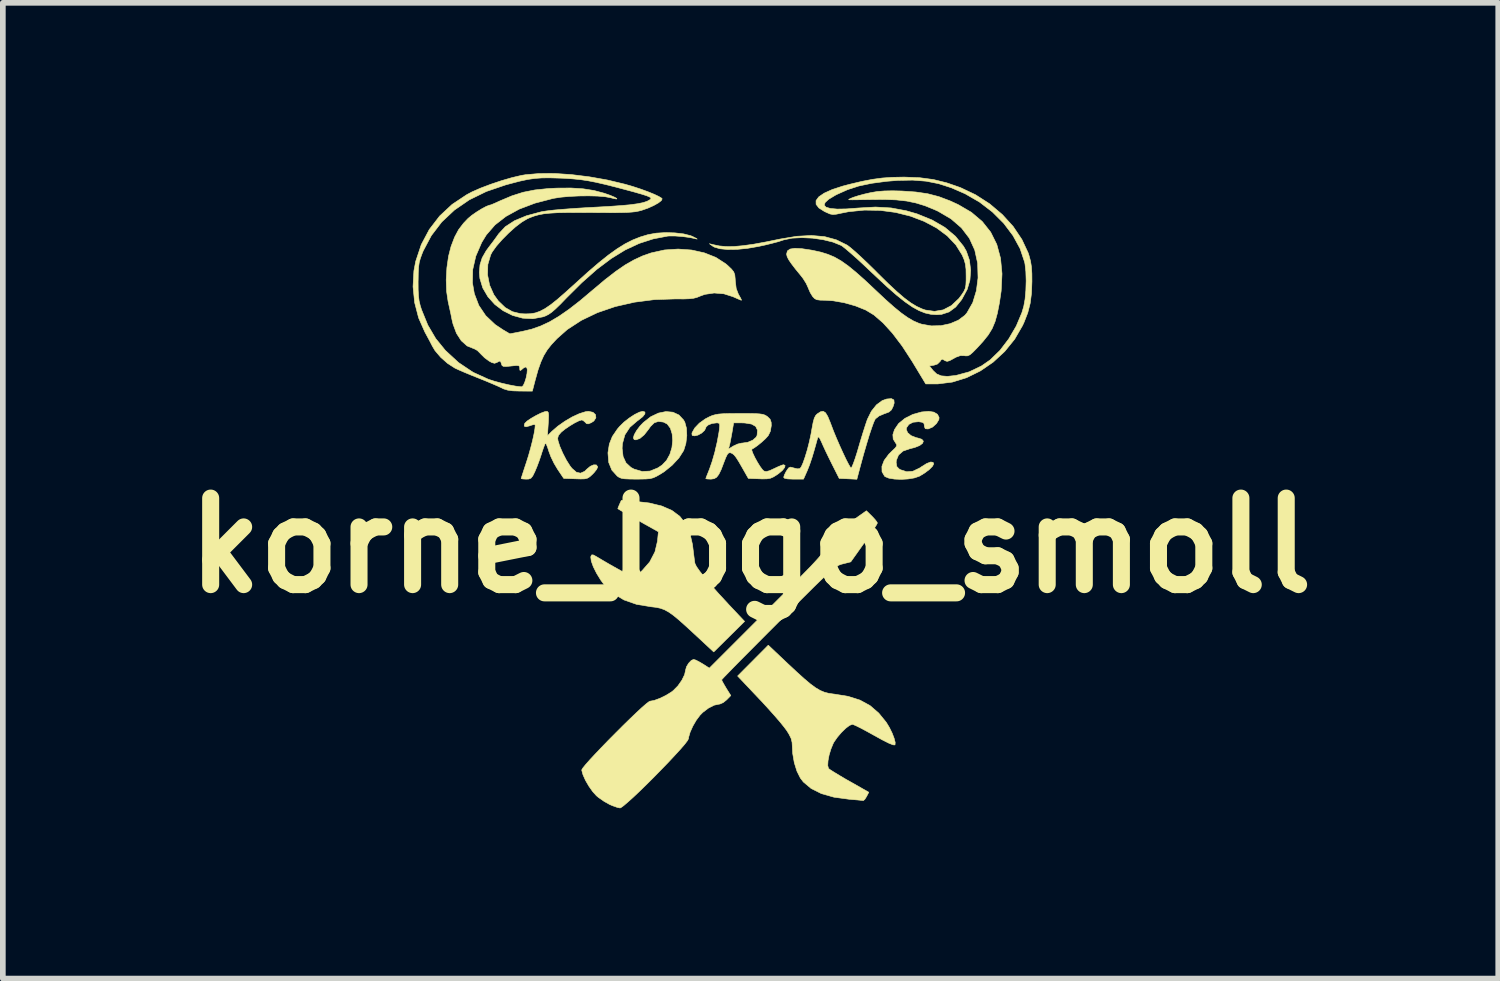
<source format=kicad_pcb>
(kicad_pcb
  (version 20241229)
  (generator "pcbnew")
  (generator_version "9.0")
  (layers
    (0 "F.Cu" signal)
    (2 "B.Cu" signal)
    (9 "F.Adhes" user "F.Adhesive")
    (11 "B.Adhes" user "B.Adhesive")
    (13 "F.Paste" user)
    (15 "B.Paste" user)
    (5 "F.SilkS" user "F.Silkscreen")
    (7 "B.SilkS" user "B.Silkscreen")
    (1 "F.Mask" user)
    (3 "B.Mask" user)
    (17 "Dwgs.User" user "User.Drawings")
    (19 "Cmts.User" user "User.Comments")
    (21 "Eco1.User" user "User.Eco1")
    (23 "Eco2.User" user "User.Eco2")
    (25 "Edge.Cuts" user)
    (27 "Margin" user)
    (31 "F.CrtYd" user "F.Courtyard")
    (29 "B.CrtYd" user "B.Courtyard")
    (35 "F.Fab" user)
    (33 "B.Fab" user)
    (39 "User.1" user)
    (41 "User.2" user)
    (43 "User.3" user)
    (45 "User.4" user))
  (footprint "korne_logo_smoll"
    (layer "F.Cu")
    (at 10.167 6.556)
    (property "Reference" "korne_logo_smoll" (at 0 0 0) (layer "F.SilkS") (effects (font (size 1.524 1.524) (thickness 0.3))))
    (attr through_hole)
    (fp_poly (pts (xy -2.044 -0.778) (xy -1.782 -0.748) (xy -1.564 -0.695) (xy -1.386 -0.618) (xy -1.246 -0.514) (xy -1.141 -0.38) (xy -1.067 -0.215) (xy -1.022 -0.016) (xy -1.015 0.039) (xy -1.002 0.147) (xy -0.99 0.24) (xy -0.981 0.304) (xy -0.978 0.318) (xy -0.953 0.37) (xy -0.895 0.453) (xy -0.807 0.564) (xy -0.693 0.699) (xy -0.556 0.854) (xy -0.398 1.024) (xy -0.389 1.035) (xy -0.104 1.337) (xy -0.376 1.606) (xy -0.648 1.875) (xy -0.985 1.562) (xy -1.137 1.422) (xy -1.259 1.313) (xy -1.358 1.231) (xy -1.442 1.172) (xy -1.515 1.132) (xy -1.586 1.106) (xy -1.66 1.09) (xy -1.745 1.08) (xy -1.746 1.08) (xy -2.006 1.037) (xy -2.229 0.959) (xy -2.417 0.846) (xy -2.573 0.697) (xy -2.637 0.61) (xy -2.712 0.488) (xy -2.769 0.373) (xy -2.804 0.276) (xy -2.813 0.206) (xy -2.81 0.189) (xy -2.795 0.165) (xy -2.768 0.167) (xy -2.714 0.196) (xy -2.711 0.198) (xy -2.6 0.264) (xy -2.48 0.334) (xy -2.361 0.401) (xy -2.251 0.462) (xy -2.159 0.512) (xy -2.093 0.546) (xy -2.062 0.559) (xy -2.061 0.559) (xy -2.032 0.543) (xy -1.977 0.501) (xy -1.909 0.443) (xy -1.775 0.29) (xy -1.683 0.113) (xy -1.637 -0.081) (xy -1.637 -0.089) (xy -1.622 -0.241) (xy -1.979 -0.441) (xy -2.1 -0.508) (xy -2.203 -0.567) (xy -2.281 -0.613) (xy -2.328 -0.642) (xy -2.337 -0.649) (xy -2.327 -0.676) (xy -2.306 -0.726) (xy -2.275 -0.794) (xy -2.044 -0.778)) (stroke (width 0.01) (type solid)) (fill yes) (layer "F.SilkS"))
    (fp_poly (pts (xy 3.229 -2.348) (xy 3.293 -2.309) (xy 3.321 -2.253) (xy 3.317 -2.216) (xy 3.274 -2.146) (xy 3.206 -2.085) (xy 3.132 -2.053) (xy 3.124 -2.052) (xy 3.078 -2.056) (xy 3.063 -2.092) (xy 3.062 -2.108) (xy 3.055 -2.149) (xy 3.027 -2.169) (xy 2.964 -2.179) (xy 2.954 -2.179) (xy 2.862 -2.17) (xy 2.789 -2.132) (xy 2.748 -2.074) (xy 2.743 -2.045) (xy 2.767 -1.986) (xy 2.828 -1.934) (xy 2.916 -1.899) (xy 2.944 -1.893) (xy 3.017 -1.87) (xy 3.044 -1.837) (xy 3.03 -1.799) (xy 2.978 -1.76) (xy 2.891 -1.725) (xy 2.806 -1.704) (xy 2.687 -1.663) (xy 2.607 -1.593) (xy 2.568 -1.499) (xy 2.565 -1.46) (xy 2.575 -1.392) (xy 2.614 -1.35) (xy 2.64 -1.334) (xy 2.75 -1.298) (xy 2.858 -1.307) (xy 2.975 -1.362) (xy 3.008 -1.384) (xy 3.102 -1.443) (xy 3.173 -1.47) (xy 3.215 -1.464) (xy 3.226 -1.437) (xy 3.205 -1.395) (xy 3.15 -1.339) (xy 3.071 -1.279) (xy 2.98 -1.223) (xy 2.969 -1.218) (xy 2.884 -1.189) (xy 2.773 -1.171) (xy 2.653 -1.164) (xy 2.536 -1.169) (xy 2.437 -1.185) (xy 2.371 -1.212) (xy 2.362 -1.219) (xy 2.316 -1.298) (xy 2.314 -1.393) (xy 2.354 -1.498) (xy 2.436 -1.608) (xy 2.49 -1.661) (xy 2.549 -1.717) (xy 2.574 -1.753) (xy 2.572 -1.781) (xy 2.559 -1.799) (xy 2.513 -1.873) (xy 2.507 -1.951) (xy 2.536 -2.041) (xy 2.608 -2.147) (xy 2.719 -2.238) (xy 2.858 -2.308) (xy 3.012 -2.351) (xy 3.137 -2.362) (xy 3.229 -2.348)) (stroke (width 0.01) (type solid)) (fill yes) (layer "F.SilkS"))
    (fp_poly (pts (xy 0.652 2.077) (xy 0.814 2.228) (xy 0.946 2.347) (xy 1.054 2.438) (xy 1.146 2.506) (xy 1.226 2.553) (xy 1.3 2.584) (xy 1.377 2.604) (xy 1.46 2.616) (xy 1.471 2.617) (xy 1.718 2.657) (xy 1.927 2.723) (xy 2.105 2.82) (xy 2.258 2.952) (xy 2.39 3.114) (xy 2.446 3.206) (xy 2.494 3.304) (xy 2.529 3.395) (xy 2.548 3.468) (xy 2.545 3.51) (xy 2.543 3.513) (xy 2.509 3.511) (xy 2.434 3.481) (xy 2.319 3.423) (xy 2.176 3.344) (xy 2.055 3.277) (xy 1.947 3.219) (xy 1.862 3.177) (xy 1.807 3.153) (xy 1.793 3.15) (xy 1.743 3.169) (xy 1.676 3.22) (xy 1.602 3.292) (xy 1.53 3.376) (xy 1.472 3.459) (xy 1.456 3.488) (xy 1.416 3.585) (xy 1.384 3.691) (xy 1.365 3.792) (xy 1.36 3.875) (xy 1.373 3.925) (xy 1.373 3.927) (xy 1.404 3.95) (xy 1.47 3.992) (xy 1.564 4.049) (xy 1.677 4.116) (xy 1.741 4.152) (xy 2.083 4.346) (xy 2.044 4.421) (xy 2.013 4.471) (xy 1.988 4.492) (xy 1.987 4.492) (xy 1.955 4.489) (xy 1.885 4.482) (xy 1.789 4.474) (xy 1.734 4.469) (xy 1.47 4.433) (xy 1.248 4.37) (xy 1.068 4.28) (xy 0.931 4.165) (xy 0.878 4.096) (xy 0.818 3.976) (xy 0.771 3.826) (xy 0.743 3.664) (xy 0.737 3.555) (xy 0.732 3.468) (xy 0.715 3.398) (xy 0.677 3.322) (xy 0.639 3.261) (xy 0.592 3.198) (xy 0.517 3.105) (xy 0.42 2.993) (xy 0.308 2.868) (xy 0.189 2.738) (xy 0.157 2.705) (xy -0.227 2.299) (xy 0.313 1.756) (xy 0.652 2.077)) (stroke (width 0.01) (type solid)) (fill yes) (layer "F.SilkS"))
    (fp_poly (pts (xy -1.859 -2.35) (xy -1.86 -2.317) (xy -1.898 -2.268) (xy -1.972 -2.209) (xy -1.991 -2.196) (xy -2.125 -2.081) (xy -2.213 -1.947) (xy -2.256 -1.79) (xy -2.261 -1.711) (xy -2.244 -1.566) (xy -2.193 -1.455) (xy -2.105 -1.374) (xy -2.051 -1.345) (xy -1.908 -1.303) (xy -1.769 -1.31) (xy -1.63 -1.367) (xy -1.557 -1.416) (xy -1.478 -1.499) (xy -1.42 -1.605) (xy -1.384 -1.724) (xy -1.371 -1.847) (xy -1.38 -1.964) (xy -1.411 -2.064) (xy -1.466 -2.138) (xy -1.533 -2.173) (xy -1.623 -2.184) (xy -1.694 -2.161) (xy -1.76 -2.097) (xy -1.796 -2.046) (xy -1.872 -1.949) (xy -1.948 -1.885) (xy -2.017 -1.86) (xy -2.048 -1.864) (xy -2.063 -1.894) (xy -2.048 -1.949) (xy -2.007 -2.022) (xy -1.946 -2.103) (xy -1.888 -2.164) (xy -1.757 -2.267) (xy -1.622 -2.331) (xy -1.49 -2.358) (xy -1.367 -2.347) (xy -1.261 -2.298) (xy -1.179 -2.21) (xy -1.157 -2.171) (xy -1.128 -2.065) (xy -1.122 -1.935) (xy -1.138 -1.799) (xy -1.175 -1.678) (xy -1.18 -1.668) (xy -1.261 -1.541) (xy -1.379 -1.414) (xy -1.518 -1.301) (xy -1.586 -1.258) (xy -1.655 -1.218) (xy -1.712 -1.192) (xy -1.769 -1.177) (xy -1.842 -1.171) (xy -1.944 -1.169) (xy -2.008 -1.168) (xy -2.133 -1.17) (xy -2.219 -1.174) (xy -2.277 -1.184) (xy -2.318 -1.202) (xy -2.347 -1.222) (xy -2.442 -1.327) (xy -2.497 -1.462) (xy -2.51 -1.622) (xy -2.51 -1.636) (xy -2.486 -1.786) (xy -2.434 -1.918) (xy -2.345 -2.049) (xy -2.305 -2.096) (xy -2.229 -2.171) (xy -2.136 -2.244) (xy -2.041 -2.306) (xy -1.956 -2.348) (xy -1.899 -2.362) (xy -1.859 -2.35)) (stroke (width 0.01) (type solid)) (fill yes) (layer "F.SilkS"))
    (fp_poly (pts (xy 2.525 -2.563) (xy 2.53 -2.508) (xy 2.512 -2.449) (xy 2.482 -2.388) (xy 2.438 -2.35) (xy 2.364 -2.322) (xy 2.356 -2.32) (xy 2.263 -2.28) (xy 2.2 -2.23) (xy 2.195 -2.223) (xy 2.17 -2.17) (xy 2.135 -2.074) (xy 2.091 -1.943) (xy 2.043 -1.783) (xy 1.99 -1.601) (xy 1.936 -1.403) (xy 1.929 -1.377) (xy 1.873 -1.166) (xy 1.718 -1.174) (xy 1.562 -1.181) (xy 1.434 -1.435) (xy 1.375 -1.554) (xy 1.319 -1.67) (xy 1.274 -1.768) (xy 1.253 -1.816) (xy 1.22 -1.885) (xy 1.196 -1.912) (xy 1.187 -1.905) (xy 1.174 -1.864) (xy 1.153 -1.788) (xy 1.126 -1.692) (xy 1.118 -1.664) (xy 1.082 -1.544) (xy 1.04 -1.42) (xy 1 -1.319) (xy 0.998 -1.314) (xy 0.933 -1.168) (xy 0.759 -1.168) (xy 0.656 -1.172) (xy 0.6 -1.183) (xy 0.584 -1.2) (xy 0.597 -1.242) (xy 0.627 -1.302) (xy 0.634 -1.313) (xy 0.67 -1.365) (xy 0.703 -1.38) (xy 0.752 -1.368) (xy 0.757 -1.366) (xy 0.821 -1.35) (xy 0.868 -1.352) (xy 0.894 -1.384) (xy 0.926 -1.456) (xy 0.962 -1.559) (xy 1 -1.684) (xy 1.035 -1.821) (xy 1.065 -1.96) (xy 1.08 -2.046) (xy 1.102 -2.164) (xy 1.123 -2.242) (xy 1.149 -2.291) (xy 1.175 -2.317) (xy 1.234 -2.355) (xy 1.28 -2.363) (xy 1.321 -2.337) (xy 1.36 -2.273) (xy 1.405 -2.164) (xy 1.419 -2.127) (xy 1.463 -2.011) (xy 1.516 -1.883) (xy 1.573 -1.752) (xy 1.63 -1.627) (xy 1.682 -1.517) (xy 1.727 -1.43) (xy 1.759 -1.376) (xy 1.77 -1.364) (xy 1.785 -1.382) (xy 1.81 -1.44) (xy 1.843 -1.532) (xy 1.88 -1.648) (xy 1.898 -1.71) (xy 1.94 -1.853) (xy 1.983 -1.993) (xy 2.022 -2.115) (xy 2.053 -2.207) (xy 2.059 -2.223) (xy 2.128 -2.363) (xy 2.218 -2.476) (xy 2.319 -2.551) (xy 2.397 -2.579) (xy 2.481 -2.586) (xy 2.525 -2.563)) (stroke (width 0.01) (type solid)) (fill yes) (layer "F.SilkS"))
    (fp_poly (pts (xy -2.774 -2.345) (xy -2.729 -2.303) (xy -2.723 -2.248) (xy -2.759 -2.192) (xy -2.805 -2.162) (xy -2.859 -2.141) (xy -2.89 -2.147) (xy -2.909 -2.168) (xy -2.95 -2.203) (xy -2.975 -2.21) (xy -3.022 -2.195) (xy -3.095 -2.159) (xy -3.18 -2.108) (xy -3.263 -2.052) (xy -3.329 -1.999) (xy -3.335 -1.993) (xy -3.382 -1.939) (xy -3.396 -1.888) (xy -3.39 -1.845) (xy -3.359 -1.747) (xy -3.307 -1.627) (xy -3.244 -1.505) (xy -3.179 -1.402) (xy -3.145 -1.358) (xy -3.067 -1.29) (xy -2.994 -1.273) (xy -2.922 -1.305) (xy -2.879 -1.346) (xy -2.82 -1.395) (xy -2.761 -1.42) (xy -2.714 -1.418) (xy -2.693 -1.387) (xy -2.692 -1.381) (xy -2.71 -1.34) (xy -2.754 -1.284) (xy -2.784 -1.253) (xy -2.831 -1.21) (xy -2.872 -1.185) (xy -2.92 -1.173) (xy -2.99 -1.171) (xy -3.083 -1.174) (xy -3.289 -1.181) (xy -3.398 -1.343) (xy -3.46 -1.447) (xy -3.515 -1.561) (xy -3.55 -1.654) (xy -3.575 -1.732) (xy -3.597 -1.786) (xy -3.608 -1.803) (xy -3.622 -1.781) (xy -3.645 -1.722) (xy -3.674 -1.637) (xy -3.68 -1.616) (xy -3.718 -1.502) (xy -3.761 -1.387) (xy -3.798 -1.299) (xy -3.835 -1.224) (xy -3.867 -1.185) (xy -3.905 -1.17) (xy -3.949 -1.168) (xy -4.008 -1.171) (xy -4.038 -1.178) (xy -4.039 -1.179) (xy -4.031 -1.206) (xy -4.01 -1.271) (xy -3.98 -1.364) (xy -3.948 -1.46) (xy -3.908 -1.587) (xy -3.871 -1.72) (xy -3.838 -1.849) (xy -3.813 -1.963) (xy -3.797 -2.055) (xy -3.792 -2.113) (xy -3.796 -2.128) (xy -3.825 -2.128) (xy -3.88 -2.111) (xy -3.886 -2.108) (xy -3.953 -2.09) (xy -3.985 -2.102) (xy -3.979 -2.142) (xy -3.972 -2.154) (xy -3.934 -2.191) (xy -3.864 -2.238) (xy -3.779 -2.287) (xy -3.693 -2.33) (xy -3.624 -2.356) (xy -3.597 -2.361) (xy -3.574 -2.358) (xy -3.561 -2.34) (xy -3.556 -2.297) (xy -3.558 -2.221) (xy -3.562 -2.147) (xy -3.576 -1.932) (xy -3.5 -2.008) (xy -3.394 -2.1) (xy -3.27 -2.187) (xy -3.139 -2.264) (xy -3.013 -2.322) (xy -2.904 -2.356) (xy -2.854 -2.362) (xy -2.774 -2.345)) (stroke (width 0.01) (type solid)) (fill yes) (layer "F.SilkS"))
    (fp_poly (pts (xy -0.031 -2.324) (xy 0.082 -2.322) (xy 0.161 -2.317) (xy 0.216 -2.309) (xy 0.254 -2.296) (xy 0.285 -2.278) (xy 0.297 -2.27) (xy 0.345 -2.223) (xy 0.364 -2.168) (xy 0.366 -2.11) (xy 0.349 -2.01) (xy 0.313 -1.936) (xy 0.265 -1.882) (xy 0.196 -1.819) (xy 0.121 -1.758) (xy 0.056 -1.713) (xy 0.025 -1.697) (xy 0.023 -1.673) (xy 0.043 -1.619) (xy 0.078 -1.546) (xy 0.122 -1.466) (xy 0.168 -1.392) (xy 0.21 -1.335) (xy 0.237 -1.31) (xy 0.276 -1.301) (xy 0.336 -1.317) (xy 0.414 -1.353) (xy 0.493 -1.39) (xy 0.555 -1.415) (xy 0.582 -1.422) (xy 0.609 -1.409) (xy 0.601 -1.373) (xy 0.562 -1.323) (xy 0.497 -1.268) (xy 0.472 -1.25) (xy 0.404 -1.207) (xy 0.348 -1.183) (xy 0.286 -1.173) (xy 0.199 -1.172) (xy 0.154 -1.174) (xy -0.038 -1.181) (xy -0.142 -1.364) (xy -0.206 -1.475) (xy -0.253 -1.549) (xy -0.289 -1.594) (xy -0.32 -1.619) (xy -0.354 -1.633) (xy -0.354 -1.633) (xy -0.382 -1.631) (xy -0.407 -1.606) (xy -0.436 -1.547) (xy -0.469 -1.462) (xy -0.517 -1.336) (xy -0.558 -1.252) (xy -0.597 -1.201) (xy -0.641 -1.176) (xy -0.696 -1.168) (xy -0.7 -1.168) (xy -0.758 -1.171) (xy -0.787 -1.176) (xy -0.787 -1.177) (xy -0.779 -1.203) (xy -0.755 -1.263) (xy -0.723 -1.343) (xy -0.675 -1.481) (xy -0.627 -1.648) (xy -0.616 -1.698) (xy -0.388 -1.698) (xy -0.302 -1.751) (xy -0.227 -1.786) (xy -0.154 -1.803) (xy -0.145 -1.803) (xy -0.048 -1.817) (xy 0.039 -1.854) (xy 0.099 -1.906) (xy 0.116 -1.939) (xy 0.123 -2.031) (xy 0.091 -2.097) (xy 0.018 -2.138) (xy -0.099 -2.157) (xy -0.155 -2.159) (xy -0.297 -2.159) (xy -0.326 -1.988) (xy -0.344 -1.891) (xy -0.36 -1.807) (xy -0.372 -1.757) (xy -0.388 -1.698) (xy -0.616 -1.698) (xy -0.586 -1.825) (xy -0.556 -1.99) (xy -0.549 -2.038) (xy -0.542 -2.111) (xy -0.548 -2.146) (xy -0.571 -2.158) (xy -0.596 -2.159) (xy -0.676 -2.149) (xy -0.743 -2.123) (xy -0.783 -2.088) (xy -0.787 -2.073) (xy -0.809 -2.027) (xy -0.861 -1.979) (xy -0.927 -1.943) (xy -0.983 -1.93) (xy -1.027 -1.938) (xy -1.032 -1.969) (xy -1.028 -1.988) (xy -0.982 -2.069) (xy -0.901 -2.154) (xy -0.796 -2.229) (xy -0.727 -2.265) (xy -0.674 -2.288) (xy -0.621 -2.303) (xy -0.561 -2.314) (xy -0.481 -2.32) (xy -0.373 -2.323) (xy -0.226 -2.324) (xy -0.186 -2.324) (xy -0.031 -2.324)) (stroke (width 0.01) (type solid)) (fill yes) (layer "F.SilkS"))
    (fp_poly (pts (xy 2.138 -0.516) (xy 2.192 -0.458) (xy 2.227 -0.412) (xy 2.234 -0.395) (xy 2.22 -0.366) (xy 2.181 -0.304) (xy 2.122 -0.216) (xy 2.049 -0.109) (xy 1.999 -0.04) (xy 1.765 0.289) (xy 1.626 0.324) (xy 1.595 0.332) (xy 1.565 0.343) (xy 1.533 0.358) (xy 1.497 0.382) (xy 1.452 0.417) (xy 1.395 0.465) (xy 1.324 0.53) (xy 1.234 0.615) (xy 1.124 0.722) (xy 0.99 0.855) (xy 0.828 1.016) (xy 0.635 1.208) (xy 0.489 1.354) (xy 0.303 1.54) (xy 0.129 1.715) (xy -0.031 1.876) (xy -0.174 2.02) (xy -0.295 2.143) (xy -0.392 2.243) (xy -0.462 2.315) (xy -0.501 2.357) (xy -0.508 2.367) (xy -0.496 2.396) (xy -0.463 2.454) (xy -0.428 2.514) (xy -0.347 2.643) (xy -0.42 2.718) (xy -0.481 2.767) (xy -0.54 2.793) (xy -0.552 2.794) (xy -0.641 2.813) (xy -0.742 2.865) (xy -0.841 2.94) (xy -0.888 2.988) (xy -0.955 3.077) (xy -1.016 3.182) (xy -1.063 3.287) (xy -1.089 3.375) (xy -1.092 3.402) (xy -1.11 3.437) (xy -1.159 3.501) (xy -1.235 3.589) (xy -1.332 3.695) (xy -1.444 3.815) (xy -1.568 3.943) (xy -1.696 4.074) (xy -1.825 4.203) (xy -1.948 4.323) (xy -2.061 4.43) (xy -2.159 4.518) (xy -2.235 4.583) (xy -2.284 4.618) (xy -2.298 4.623) (xy -2.349 4.612) (xy -2.425 4.585) (xy -2.48 4.562) (xy -2.578 4.507) (xy -2.677 4.438) (xy -2.714 4.407) (xy -2.779 4.335) (xy -2.846 4.24) (xy -2.906 4.137) (xy -2.95 4.039) (xy -2.971 3.963) (xy -2.972 3.952) (xy -2.954 3.921) (xy -2.905 3.86) (xy -2.83 3.775) (xy -2.733 3.671) (xy -2.621 3.553) (xy -2.498 3.426) (xy -2.37 3.297) (xy -2.242 3.169) (xy -2.119 3.049) (xy -2.007 2.942) (xy -1.911 2.853) (xy -1.835 2.787) (xy -1.786 2.75) (xy -1.772 2.743) (xy -1.696 2.729) (xy -1.596 2.692) (xy -1.489 2.64) (xy -1.392 2.58) (xy -1.36 2.555) (xy -1.278 2.472) (xy -1.208 2.372) (xy -1.16 2.273) (xy -1.143 2.193) (xy -1.127 2.135) (xy -1.089 2.073) (xy -1.042 2.024) (xy -1.002 2.007) (xy -0.962 2.019) (xy -0.897 2.053) (xy -0.846 2.083) (xy -0.725 2.16) (xy 0.282 1.153) (xy 0.497 0.938) (xy 0.68 0.755) (xy 0.832 0.601) (xy 0.957 0.474) (xy 1.058 0.371) (xy 1.136 0.287) (xy 1.196 0.221) (xy 1.24 0.168) (xy 1.271 0.127) (xy 1.292 0.092) (xy 1.305 0.063) (xy 1.314 0.034) (xy 1.319 0.013) (xy 1.349 -0.121) (xy 1.695 -0.366) (xy 2.041 -0.611) (xy 2.138 -0.516)) (stroke (width 0.01) (type solid)) (fill yes) (layer "F.SilkS"))
    (fp_poly (pts (xy 2.718 -6.487) (xy 2.983 -6.476) (xy 3.222 -6.444) (xy 3.456 -6.386) (xy 3.695 -6.303) (xy 3.963 -6.176) (xy 4.212 -6.016) (xy 4.435 -5.827) (xy 4.626 -5.617) (xy 4.779 -5.389) (xy 4.89 -5.152) (xy 4.905 -5.105) (xy 4.931 -5.009) (xy 4.947 -4.908) (xy 4.955 -4.787) (xy 4.956 -4.648) (xy 4.948 -4.44) (xy 4.925 -4.263) (xy 4.883 -4.099) (xy 4.818 -3.932) (xy 4.791 -3.873) (xy 4.652 -3.633) (xy 4.477 -3.417) (xy 4.274 -3.229) (xy 4.048 -3.074) (xy 3.806 -2.955) (xy 3.554 -2.877) (xy 3.299 -2.845) (xy 3.26 -2.845) (xy 3.086 -2.845) (xy 2.845 -3.244) (xy 2.672 -3.51) (xy 2.501 -3.736) (xy 2.334 -3.92) (xy 2.172 -4.06) (xy 2.03 -4.146) (xy 1.848 -4.219) (xy 1.65 -4.275) (xy 1.456 -4.309) (xy 1.323 -4.318) (xy 1.227 -4.32) (xy 1.167 -4.328) (xy 1.129 -4.348) (xy 1.096 -4.382) (xy 1.095 -4.383) (xy 1.052 -4.453) (xy 1.016 -4.536) (xy 1.014 -4.542) (xy 0.98 -4.616) (xy 0.926 -4.702) (xy 0.892 -4.746) (xy 0.79 -4.871) (xy 0.719 -4.964) (xy 0.672 -5.033) (xy 0.646 -5.085) (xy 0.636 -5.126) (xy 0.636 -5.134) (xy 0.65 -5.187) (xy 0.697 -5.22) (xy 0.78 -5.233) (xy 0.902 -5.227) (xy 1.068 -5.202) (xy 1.105 -5.195) (xy 1.241 -5.165) (xy 1.363 -5.127) (xy 1.479 -5.078) (xy 1.595 -5.012) (xy 1.718 -4.925) (xy 1.855 -4.813) (xy 2.013 -4.673) (xy 2.193 -4.504) (xy 2.374 -4.334) (xy 2.527 -4.198) (xy 2.657 -4.092) (xy 2.77 -4.012) (xy 2.872 -3.953) (xy 2.969 -3.911) (xy 3.018 -3.896) (xy 3.183 -3.867) (xy 3.353 -3.871) (xy 3.516 -3.906) (xy 3.66 -3.967) (xy 3.775 -4.053) (xy 3.812 -4.097) (xy 3.914 -4.276) (xy 3.978 -4.487) (xy 4.007 -4.712) (xy 4 -4.97) (xy 3.949 -5.203) (xy 3.854 -5.411) (xy 3.714 -5.594) (xy 3.531 -5.752) (xy 3.303 -5.886) (xy 3.239 -5.915) (xy 3.072 -5.983) (xy 2.912 -6.032) (xy 2.747 -6.066) (xy 2.565 -6.086) (xy 2.355 -6.094) (xy 2.14 -6.092) (xy 2.002 -6.09) (xy 1.883 -6.088) (xy 1.793 -6.087) (xy 1.739 -6.088) (xy 1.727 -6.089) (xy 1.75 -6.106) (xy 1.811 -6.131) (xy 1.898 -6.159) (xy 2.001 -6.187) (xy 2.106 -6.211) (xy 2.115 -6.213) (xy 2.232 -6.233) (xy 2.356 -6.243) (xy 2.502 -6.246) (xy 2.665 -6.242) (xy 2.909 -6.225) (xy 3.121 -6.194) (xy 3.317 -6.143) (xy 3.513 -6.069) (xy 3.657 -6.003) (xy 3.89 -5.867) (xy 4.081 -5.705) (xy 4.23 -5.517) (xy 4.337 -5.302) (xy 4.403 -5.058) (xy 4.429 -4.785) (xy 4.414 -4.481) (xy 4.383 -4.27) (xy 4.347 -4.088) (xy 4.307 -3.943) (xy 4.256 -3.821) (xy 4.187 -3.708) (xy 4.093 -3.591) (xy 3.987 -3.475) (xy 3.914 -3.401) (xy 3.864 -3.358) (xy 3.824 -3.34) (xy 3.784 -3.339) (xy 3.767 -3.342) (xy 3.697 -3.344) (xy 3.619 -3.316) (xy 3.576 -3.292) (xy 3.506 -3.254) (xy 3.462 -3.242) (xy 3.428 -3.253) (xy 3.415 -3.261) (xy 3.376 -3.282) (xy 3.351 -3.262) (xy 3.34 -3.242) (xy 3.292 -3.195) (xy 3.232 -3.175) (xy 3.151 -3.162) (xy 3.215 -3.081) (xy 3.279 -3.02) (xy 3.359 -2.987) (xy 3.466 -2.978) (xy 3.609 -2.993) (xy 3.628 -2.997) (xy 3.852 -3.058) (xy 4.067 -3.161) (xy 4.221 -3.268) (xy 4.393 -3.435) (xy 4.548 -3.638) (xy 4.68 -3.864) (xy 4.779 -4.099) (xy 4.812 -4.21) (xy 4.835 -4.337) (xy 4.849 -4.493) (xy 4.854 -4.661) (xy 4.849 -4.821) (xy 4.834 -4.956) (xy 4.827 -4.991) (xy 4.748 -5.227) (xy 4.623 -5.456) (xy 4.459 -5.674) (xy 4.26 -5.873) (xy 4.032 -6.048) (xy 3.781 -6.193) (xy 3.772 -6.197) (xy 3.538 -6.299) (xy 3.315 -6.371) (xy 3.093 -6.415) (xy 2.857 -6.434) (xy 2.596 -6.429) (xy 2.395 -6.413) (xy 2.134 -6.378) (xy 1.909 -6.331) (xy 1.709 -6.266) (xy 1.519 -6.181) (xy 1.491 -6.166) (xy 1.378 -6.098) (xy 1.314 -6.04) (xy 1.298 -5.993) (xy 1.329 -5.958) (xy 1.405 -5.935) (xy 1.527 -5.924) (xy 1.692 -5.927) (xy 1.901 -5.943) (xy 1.903 -5.943) (xy 2.201 -5.96) (xy 2.476 -5.944) (xy 2.744 -5.894) (xy 2.934 -5.839) (xy 3.197 -5.732) (xy 3.423 -5.601) (xy 3.609 -5.445) (xy 3.751 -5.269) (xy 3.801 -5.182) (xy 3.855 -5.025) (xy 3.877 -4.849) (xy 3.864 -4.672) (xy 3.817 -4.513) (xy 3.815 -4.508) (xy 3.719 -4.33) (xy 3.613 -4.199) (xy 3.497 -4.113) (xy 3.365 -4.07) (xy 3.281 -4.064) (xy 3.177 -4.071) (xy 3.074 -4.094) (xy 2.966 -4.137) (xy 2.85 -4.201) (xy 2.72 -4.291) (xy 2.572 -4.409) (xy 2.402 -4.558) (xy 2.205 -4.742) (xy 2.124 -4.818) (xy 1.996 -4.939) (xy 1.875 -5.051) (xy 1.766 -5.147) (xy 1.677 -5.223) (xy 1.615 -5.272) (xy 1.594 -5.285) (xy 1.451 -5.343) (xy 1.279 -5.385) (xy 1.092 -5.412) (xy 0.905 -5.421) (xy 0.731 -5.412) (xy 0.586 -5.382) (xy 0.559 -5.373) (xy 0.488 -5.35) (xy 0.382 -5.322) (xy 0.256 -5.291) (xy 0.14 -5.266) (xy -0.056 -5.232) (xy -0.24 -5.214) (xy -0.403 -5.212) (xy -0.538 -5.225) (xy -0.636 -5.254) (xy -0.664 -5.27) (xy -0.724 -5.314) (xy -0.66 -5.298) (xy -0.55 -5.275) (xy -0.43 -5.264) (xy -0.294 -5.265) (xy -0.135 -5.279) (xy 0.053 -5.305) (xy 0.276 -5.346) (xy 0.521 -5.396) (xy 0.814 -5.445) (xy 1.073 -5.459) (xy 1.304 -5.439) (xy 1.51 -5.383) (xy 1.696 -5.292) (xy 1.708 -5.285) (xy 1.761 -5.244) (xy 1.843 -5.174) (xy 1.946 -5.08) (xy 2.063 -4.969) (xy 2.188 -4.847) (xy 2.241 -4.793) (xy 2.423 -4.614) (xy 2.577 -4.471) (xy 2.708 -4.358) (xy 2.823 -4.272) (xy 2.927 -4.209) (xy 3.024 -4.165) (xy 3.079 -4.146) (xy 3.241 -4.123) (xy 3.394 -4.149) (xy 3.537 -4.224) (xy 3.668 -4.347) (xy 3.72 -4.416) (xy 3.758 -4.474) (xy 3.781 -4.526) (xy 3.793 -4.587) (xy 3.797 -4.674) (xy 3.797 -4.746) (xy 3.795 -4.866) (xy 3.784 -4.955) (xy 3.762 -5.033) (xy 3.728 -5.114) (xy 3.617 -5.292) (xy 3.465 -5.452) (xy 3.276 -5.592) (xy 3.057 -5.708) (xy 2.815 -5.8) (xy 2.555 -5.865) (xy 2.283 -5.901) (xy 2.006 -5.906) (xy 1.729 -5.878) (xy 1.602 -5.853) (xy 1.512 -5.834) (xy 1.452 -5.828) (xy 1.399 -5.838) (xy 1.334 -5.867) (xy 1.303 -5.881) (xy 1.204 -5.944) (xy 1.155 -6.008) (xy 1.154 -6.073) (xy 1.202 -6.139) (xy 1.297 -6.204) (xy 1.439 -6.268) (xy 1.626 -6.329) (xy 1.744 -6.36) (xy 1.963 -6.412) (xy 2.15 -6.448) (xy 2.321 -6.471) (xy 2.493 -6.483) (xy 2.682 -6.487) (xy 2.718 -6.487)) (stroke (width 0.01) (type solid)) (fill yes) (layer "F.SilkS"))
    (fp_poly (pts (xy -3.15 -6.531) (xy -2.837 -6.492) (xy -2.521 -6.436) (xy -2.212 -6.362) (xy -2.074 -6.322) (xy -1.937 -6.277) (xy -1.808 -6.23) (xy -1.697 -6.185) (xy -1.613 -6.145) (xy -1.564 -6.115) (xy -1.556 -6.104) (xy -1.571 -6.073) (xy -1.624 -6.032) (xy -1.706 -5.986) (xy -1.806 -5.941) (xy -1.915 -5.903) (xy -1.918 -5.902) (xy -1.969 -5.889) (xy -2.024 -5.878) (xy -2.09 -5.871) (xy -2.175 -5.865) (xy -2.284 -5.862) (xy -2.424 -5.861) (xy -2.603 -5.862) (xy -2.794 -5.863) (xy -3.038 -5.864) (xy -3.238 -5.863) (xy -3.4 -5.86) (xy -3.532 -5.852) (xy -3.639 -5.841) (xy -3.729 -5.824) (xy -3.808 -5.802) (xy -3.883 -5.774) (xy -3.931 -5.753) (xy -4.027 -5.696) (xy -4.141 -5.609) (xy -4.26 -5.502) (xy -4.375 -5.386) (xy -4.475 -5.272) (xy -4.549 -5.169) (xy -4.576 -5.118) (xy -4.626 -4.948) (xy -4.631 -4.766) (xy -4.595 -4.585) (xy -4.52 -4.416) (xy -4.441 -4.306) (xy -4.319 -4.189) (xy -4.192 -4.117) (xy -4.05 -4.082) (xy -3.962 -4.078) (xy -3.873 -4.081) (xy -3.79 -4.095) (xy -3.708 -4.124) (xy -3.619 -4.171) (xy -3.519 -4.239) (xy -3.402 -4.332) (xy -3.261 -4.455) (xy -3.09 -4.609) (xy -3.088 -4.611) (xy -2.867 -4.811) (xy -2.674 -4.977) (xy -2.503 -5.114) (xy -2.351 -5.223) (xy -2.21 -5.311) (xy -2.076 -5.379) (xy -1.943 -5.432) (xy -1.804 -5.474) (xy -1.803 -5.474) (xy -1.66 -5.5) (xy -1.497 -5.51) (xy -1.332 -5.505) (xy -1.178 -5.487) (xy -1.052 -5.455) (xy -1.016 -5.439) (xy -0.961 -5.411) (xy -0.939 -5.396) (xy -0.948 -5.397) (xy -1.062 -5.422) (xy -1.195 -5.44) (xy -1.326 -5.45) (xy -1.435 -5.45) (xy -1.46 -5.448) (xy -1.714 -5.399) (xy -1.961 -5.319) (xy -2.206 -5.205) (xy -2.453 -5.053) (xy -2.707 -4.862) (xy -2.971 -4.628) (xy -3.239 -4.362) (xy -3.349 -4.248) (xy -3.434 -4.166) (xy -3.501 -4.108) (xy -3.557 -4.069) (xy -3.611 -4.042) (xy -3.655 -4.026) (xy -3.833 -3.993) (xy -4.013 -4.003) (xy -4.19 -4.051) (xy -4.356 -4.134) (xy -4.503 -4.245) (xy -4.625 -4.381) (xy -4.715 -4.535) (xy -4.766 -4.703) (xy -4.775 -4.808) (xy -4.764 -4.943) (xy -4.726 -5.065) (xy -4.656 -5.188) (xy -4.604 -5.259) (xy -4.536 -5.348) (xy -4.468 -5.441) (xy -4.435 -5.488) (xy -4.319 -5.613) (xy -4.156 -5.719) (xy -3.946 -5.806) (xy -3.69 -5.875) (xy -3.671 -5.879) (xy -3.586 -5.892) (xy -3.459 -5.907) (xy -3.297 -5.921) (xy -3.109 -5.935) (xy -2.903 -5.948) (xy -2.759 -5.956) (xy -2.502 -5.97) (xy -2.291 -5.985) (xy -2.122 -6) (xy -1.99 -6.018) (xy -1.891 -6.038) (xy -1.821 -6.061) (xy -1.774 -6.087) (xy -1.756 -6.104) (xy -1.754 -6.12) (xy -1.777 -6.137) (xy -1.829 -6.159) (xy -1.917 -6.187) (xy -2.046 -6.224) (xy -2.127 -6.246) (xy -2.36 -6.308) (xy -2.554 -6.357) (xy -2.719 -6.395) (xy -2.863 -6.423) (xy -2.997 -6.443) (xy -3.13 -6.456) (xy -3.271 -6.466) (xy -3.359 -6.469) (xy -3.529 -6.474) (xy -3.67 -6.473) (xy -3.796 -6.464) (xy -3.922 -6.446) (xy -4.062 -6.416) (xy -4.23 -6.372) (xy -4.315 -6.349) (xy -4.652 -6.234) (xy -4.952 -6.087) (xy -5.214 -5.907) (xy -5.438 -5.697) (xy -5.621 -5.457) (xy -5.764 -5.188) (xy -5.785 -5.136) (xy -5.814 -5.057) (xy -5.834 -4.985) (xy -5.845 -4.907) (xy -5.851 -4.809) (xy -5.853 -4.677) (xy -5.854 -4.648) (xy -5.853 -4.502) (xy -5.847 -4.393) (xy -5.836 -4.304) (xy -5.816 -4.222) (xy -5.794 -4.153) (xy -5.683 -3.881) (xy -5.544 -3.644) (xy -5.374 -3.435) (xy -5.142 -3.221) (xy -4.887 -3.05) (xy -4.617 -2.927) (xy -4.51 -2.892) (xy -4.383 -2.858) (xy -4.253 -2.828) (xy -4.136 -2.806) (xy -4.047 -2.795) (xy -4.028 -2.794) (xy -4.002 -2.817) (xy -3.976 -2.874) (xy -3.952 -2.95) (xy -3.936 -3.029) (xy -3.931 -3.095) (xy -3.939 -3.127) (xy -3.962 -3.144) (xy -3.998 -3.125) (xy -4.012 -3.113) (xy -4.049 -3.082) (xy -4.062 -3.087) (xy -4.064 -3.122) (xy -4.067 -3.152) (xy -4.085 -3.167) (xy -4.128 -3.169) (xy -4.209 -3.161) (xy -4.218 -3.16) (xy -4.303 -3.152) (xy -4.351 -3.154) (xy -4.375 -3.168) (xy -4.386 -3.197) (xy -4.401 -3.241) (xy -4.424 -3.246) (xy -4.467 -3.222) (xy -4.508 -3.208) (xy -4.556 -3.221) (xy -4.606 -3.249) (xy -4.682 -3.305) (xy -4.749 -3.371) (xy -4.757 -3.38) (xy -4.811 -3.434) (xy -4.867 -3.465) (xy -4.873 -3.466) (xy -4.991 -3.514) (xy -5.094 -3.606) (xy -5.178 -3.736) (xy -5.239 -3.9) (xy -5.257 -3.975) (xy -5.279 -4.086) (xy -5.307 -4.213) (xy -5.326 -4.299) (xy -5.352 -4.474) (xy -5.359 -4.677) (xy -5.347 -4.89) (xy -5.318 -5.093) (xy -5.274 -5.265) (xy -5.211 -5.43) (xy -5.141 -5.561) (xy -5.054 -5.675) (xy -4.975 -5.758) (xy -4.908 -5.814) (xy -4.823 -5.873) (xy -4.734 -5.928) (xy -4.654 -5.971) (xy -4.597 -5.993) (xy -4.586 -5.994) (xy -4.557 -6.004) (xy -4.494 -6.031) (xy -4.413 -6.068) (xy -4.408 -6.07) (xy -4.202 -6.157) (xy -4.004 -6.22) (xy -3.797 -6.261) (xy -3.567 -6.285) (xy -3.413 -6.293) (xy -3.162 -6.295) (xy -2.947 -6.281) (xy -2.756 -6.251) (xy -2.576 -6.203) (xy -2.476 -6.168) (xy -2.393 -6.133) (xy -2.353 -6.11) (xy -2.359 -6.101) (xy -2.411 -6.11) (xy -2.468 -6.125) (xy -2.562 -6.142) (xy -2.695 -6.153) (xy -2.852 -6.157) (xy -3.021 -6.155) (xy -3.189 -6.147) (xy -3.343 -6.133) (xy -3.47 -6.113) (xy -3.475 -6.112) (xy -3.797 -6.028) (xy -4.074 -5.923) (xy -4.307 -5.795) (xy -4.5 -5.645) (xy -4.652 -5.47) (xy -4.734 -5.336) (xy -4.838 -5.095) (xy -4.892 -4.859) (xy -4.897 -4.626) (xy -4.864 -4.435) (xy -4.785 -4.228) (xy -4.663 -4.047) (xy -4.497 -3.89) (xy -4.359 -3.798) (xy -4.238 -3.727) (xy -4.018 -3.77) (xy -3.854 -3.809) (xy -3.697 -3.864) (xy -3.539 -3.938) (xy -3.375 -4.035) (xy -3.196 -4.159) (xy -2.998 -4.313) (xy -2.773 -4.503) (xy -2.772 -4.503) (xy -2.561 -4.681) (xy -2.375 -4.825) (xy -2.208 -4.94) (xy -2.052 -5.029) (xy -1.901 -5.099) (xy -1.75 -5.152) (xy -1.515 -5.204) (xy -1.274 -5.22) (xy -1.037 -5.203) (xy -0.813 -5.153) (xy -0.611 -5.073) (xy -0.44 -4.963) (xy -0.403 -4.932) (xy -0.335 -4.867) (xy -0.296 -4.818) (xy -0.277 -4.767) (xy -0.27 -4.696) (xy -0.268 -4.658) (xy -0.252 -4.525) (xy -0.212 -4.421) (xy -0.205 -4.41) (xy -0.173 -4.354) (xy -0.159 -4.322) (xy -0.161 -4.318) (xy -0.188 -4.328) (xy -0.248 -4.354) (xy -0.309 -4.381) (xy -0.469 -4.432) (xy -0.64 -4.446) (xy -0.804 -4.422) (xy -0.889 -4.391) (xy -0.945 -4.368) (xy -1.004 -4.353) (xy -1.077 -4.345) (xy -1.176 -4.341) (xy -1.314 -4.342) (xy -1.321 -4.342) (xy -1.69 -4.33) (xy -2.046 -4.284) (xy -2.383 -4.207) (xy -2.696 -4.1) (xy -2.978 -3.965) (xy -3.226 -3.804) (xy -3.41 -3.641) (xy -3.505 -3.539) (xy -3.58 -3.444) (xy -3.641 -3.344) (xy -3.693 -3.229) (xy -3.742 -3.09) (xy -3.791 -2.914) (xy -3.811 -2.838) (xy -3.842 -2.718) (xy -4.061 -2.719) (xy -4.185 -2.723) (xy -4.275 -2.735) (xy -4.347 -2.757) (xy -4.381 -2.774) (xy -4.445 -2.804) (xy -4.542 -2.846) (xy -4.661 -2.896) (xy -4.787 -2.947) (xy -4.793 -2.949) (xy -4.92 -3) (xy -5.041 -3.05) (xy -5.14 -3.093) (xy -5.207 -3.124) (xy -5.208 -3.125) (xy -5.334 -3.206) (xy -5.455 -3.313) (xy -5.555 -3.43) (xy -5.6 -3.505) (xy -5.646 -3.594) (xy -5.702 -3.698) (xy -5.735 -3.759) (xy -5.845 -4.008) (xy -5.915 -4.278) (xy -5.943 -4.558) (xy -5.928 -4.836) (xy -5.896 -5.004) (xy -5.798 -5.298) (xy -5.657 -5.564) (xy -5.475 -5.801) (xy -5.255 -6.006) (xy -4.998 -6.177) (xy -4.908 -6.225) (xy -4.756 -6.292) (xy -4.577 -6.36) (xy -4.386 -6.424) (xy -4.2 -6.478) (xy -4.035 -6.517) (xy -3.962 -6.529) (xy -3.723 -6.55) (xy -3.449 -6.551) (xy -3.15 -6.531)) (stroke (width 0.01) (type solid)) (fill yes) (layer "F.SilkS")))
  (gr_rect
    (start -3 -3)
    (end 23.335 14.183)
    (stroke (width 0.1) (type default))
    (fill no)
    (layer "Edge.Cuts")))
</source>
